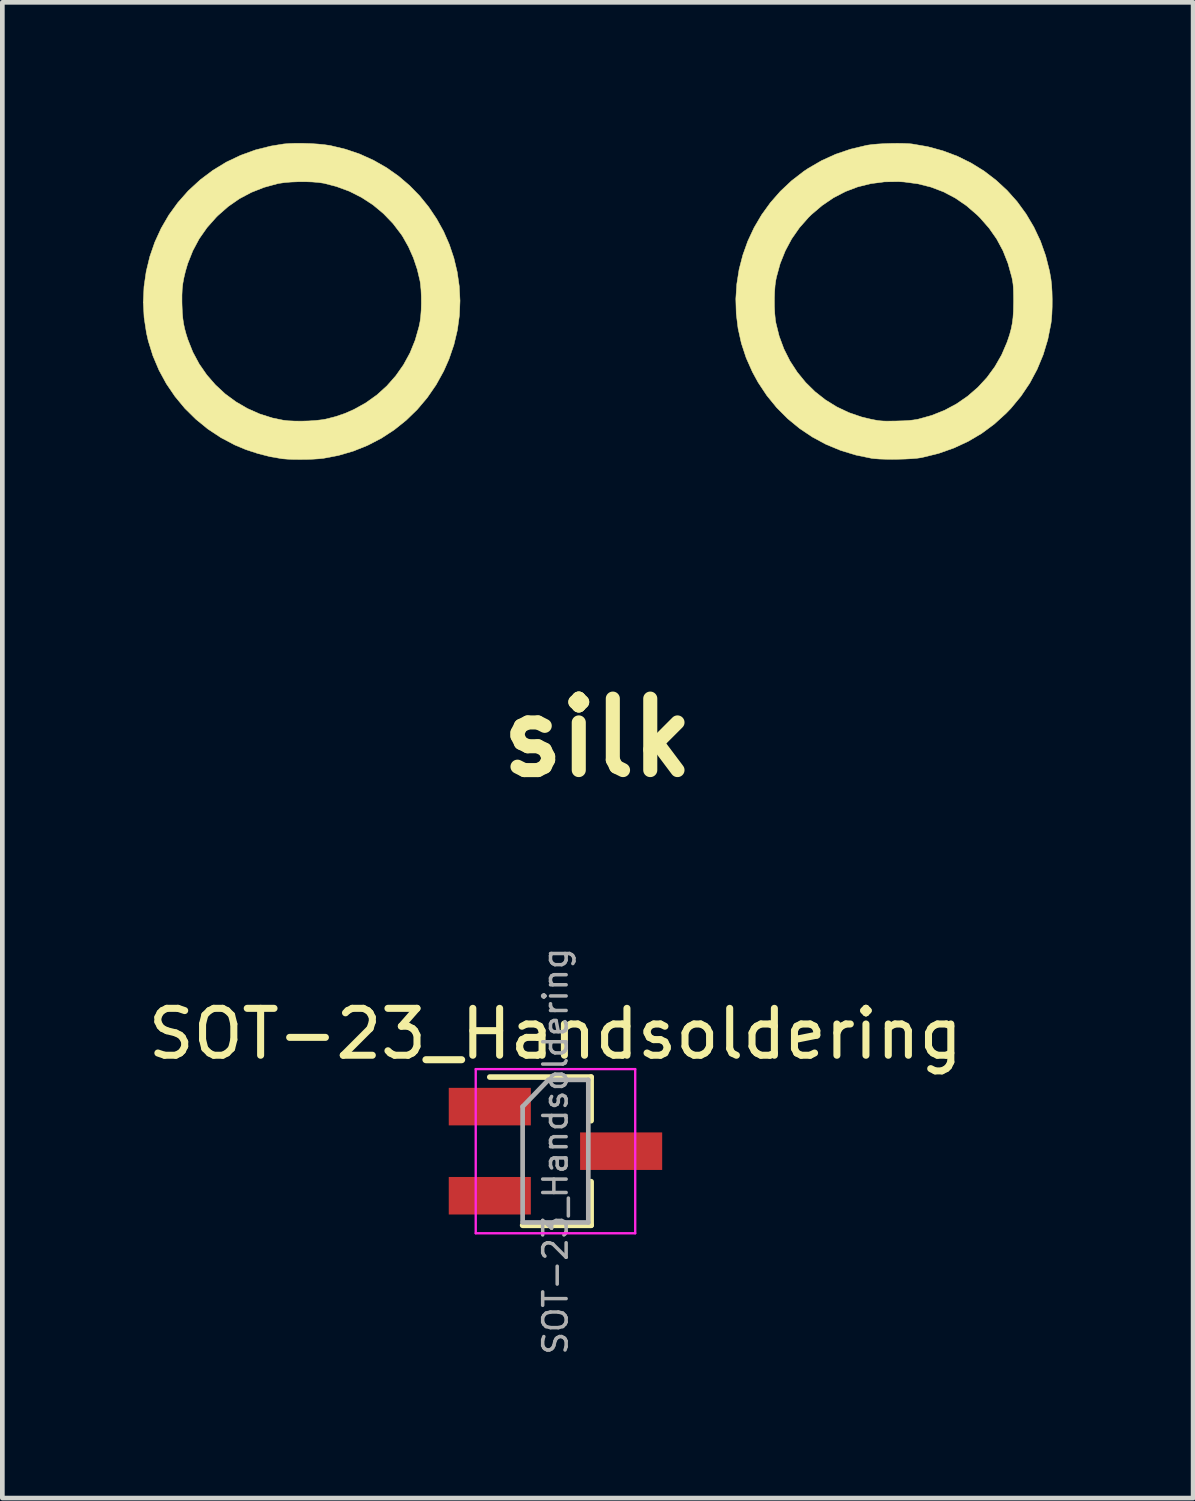
<source format=kicad_pcb>
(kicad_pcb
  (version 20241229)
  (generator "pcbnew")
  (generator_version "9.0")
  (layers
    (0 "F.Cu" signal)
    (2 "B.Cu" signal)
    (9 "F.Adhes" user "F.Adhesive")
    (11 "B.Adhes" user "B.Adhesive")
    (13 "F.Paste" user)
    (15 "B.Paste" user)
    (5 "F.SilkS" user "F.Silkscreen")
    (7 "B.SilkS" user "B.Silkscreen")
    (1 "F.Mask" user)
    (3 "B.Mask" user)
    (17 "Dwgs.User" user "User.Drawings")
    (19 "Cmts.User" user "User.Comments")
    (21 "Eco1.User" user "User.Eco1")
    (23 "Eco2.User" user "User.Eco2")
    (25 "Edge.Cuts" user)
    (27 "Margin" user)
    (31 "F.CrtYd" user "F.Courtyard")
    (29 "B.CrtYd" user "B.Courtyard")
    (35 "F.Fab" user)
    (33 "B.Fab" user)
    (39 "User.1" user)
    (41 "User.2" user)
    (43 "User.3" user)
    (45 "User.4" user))
  (footprint "silk"
    (layer "F.Cu")
    (at 9.688 12.678)
    (property "Reference" "silk" (at 0 0 0) (layer "F.SilkS") (effects (font (size 1.524 1.524) (thickness 0.3))))
    (attr through_hole)
    (fp_poly (pts (xy -6.276 -12.672) (xy -6.116 -12.667) (xy -5.961 -12.657) (xy -5.82 -12.643) (xy -5.702 -12.626) (xy -5.701 -12.626) (xy -5.375 -12.548) (xy -5.066 -12.443) (xy -4.773 -12.31) (xy -4.499 -12.154) (xy -4.243 -11.974) (xy -4.007 -11.773) (xy -3.792 -11.553) (xy -3.599 -11.315) (xy -3.429 -11.062) (xy -3.281 -10.795) (xy -3.159 -10.516) (xy -3.062 -10.227) (xy -2.991 -9.929) (xy -2.947 -9.625) (xy -2.931 -9.316) (xy -2.944 -9.004) (xy -2.987 -8.691) (xy -3.061 -8.379) (xy -3.167 -8.069) (xy -3.279 -7.816) (xy -3.441 -7.523) (xy -3.63 -7.249) (xy -3.843 -6.997) (xy -4.078 -6.769) (xy -4.334 -6.564) (xy -4.608 -6.385) (xy -4.899 -6.234) (xy -5.205 -6.111) (xy -5.523 -6.018) (xy -5.843 -5.957) (xy -5.943 -5.947) (xy -6.065 -5.939) (xy -6.202 -5.934) (xy -6.343 -5.933) (xy -6.481 -5.934) (xy -6.605 -5.939) (xy -6.707 -5.947) (xy -6.726 -5.949) (xy -6.981 -5.993) (xy -7.243 -6.06) (xy -7.499 -6.144) (xy -7.733 -6.242) (xy -8.03 -6.399) (xy -8.308 -6.583) (xy -8.564 -6.792) (xy -8.798 -7.023) (xy -9.007 -7.276) (xy -9.192 -7.548) (xy -9.349 -7.837) (xy -9.478 -8.142) (xy -9.577 -8.46) (xy -9.616 -8.632) (xy -9.666 -8.96) (xy -9.683 -9.29) (xy -9.676 -9.436) (xy -8.859 -9.436) (xy -8.859 -9.286) (xy -8.857 -9.213) (xy -8.851 -9.064) (xy -8.84 -8.939) (xy -8.824 -8.827) (xy -8.801 -8.718) (xy -8.769 -8.601) (xy -8.733 -8.489) (xy -8.627 -8.222) (xy -8.492 -7.97) (xy -8.331 -7.737) (xy -8.145 -7.523) (xy -7.938 -7.331) (xy -7.71 -7.163) (xy -7.465 -7.02) (xy -7.204 -6.904) (xy -6.93 -6.817) (xy -6.702 -6.77) (xy -6.59 -6.757) (xy -6.455 -6.751) (xy -6.306 -6.75) (xy -6.153 -6.754) (xy -6.007 -6.764) (xy -5.876 -6.779) (xy -5.793 -6.793) (xy -5.582 -6.847) (xy -5.388 -6.913) (xy -5.194 -6.998) (xy -5.194 -6.998) (xy -4.937 -7.141) (xy -4.702 -7.309) (xy -4.489 -7.502) (xy -4.3 -7.717) (xy -4.135 -7.952) (xy -3.997 -8.205) (xy -3.887 -8.476) (xy -3.806 -8.76) (xy -3.783 -8.871) (xy -3.769 -8.979) (xy -3.759 -9.112) (xy -3.755 -9.257) (xy -3.756 -9.406) (xy -3.762 -9.547) (xy -3.774 -9.672) (xy -3.783 -9.735) (xy -3.842 -9.984) (xy -3.925 -10.231) (xy -4.03 -10.467) (xy -4.151 -10.682) (xy -4.181 -10.728) (xy -4.36 -10.963) (xy -4.563 -11.174) (xy -4.786 -11.36) (xy -5.03 -11.519) (xy -5.291 -11.651) (xy -5.569 -11.753) (xy -5.837 -11.822) (xy -5.947 -11.838) (xy -6.082 -11.849) (xy -6.231 -11.854) (xy -6.386 -11.853) (xy -6.537 -11.847) (xy -6.676 -11.835) (xy -6.794 -11.818) (xy -6.819 -11.813) (xy -7.11 -11.733) (xy -7.381 -11.626) (xy -7.635 -11.491) (xy -7.872 -11.326) (xy -8.093 -11.132) (xy -8.129 -11.096) (xy -8.325 -10.875) (xy -8.492 -10.636) (xy -8.628 -10.381) (xy -8.736 -10.109) (xy -8.784 -9.946) (xy -8.816 -9.812) (xy -8.839 -9.69) (xy -8.853 -9.568) (xy -8.859 -9.436) (xy -9.676 -9.436) (xy -9.668 -9.617) (xy -9.621 -9.941) (xy -9.544 -10.258) (xy -9.438 -10.565) (xy -9.302 -10.862) (xy -9.138 -11.144) (xy -8.946 -11.409) (xy -8.728 -11.656) (xy -8.722 -11.662) (xy -8.47 -11.894) (xy -8.2 -12.097) (xy -7.913 -12.272) (xy -7.61 -12.416) (xy -7.294 -12.531) (xy -6.964 -12.614) (xy -6.688 -12.659) (xy -6.571 -12.668) (xy -6.431 -12.673) (xy -6.276 -12.672)) (stroke (width 0.01) (type solid)) (fill yes) (layer "F.SilkS"))
    (fp_poly (pts (xy 6.526 -12.67) (xy 6.641 -12.665) (xy 6.705 -12.659) (xy 7.041 -12.601) (xy 7.364 -12.513) (xy 7.673 -12.397) (xy 7.966 -12.252) (xy 8.241 -12.082) (xy 8.497 -11.886) (xy 8.733 -11.668) (xy 8.947 -11.428) (xy 9.137 -11.167) (xy 9.303 -10.887) (xy 9.443 -10.59) (xy 9.554 -10.277) (xy 9.637 -9.949) (xy 9.667 -9.777) (xy 9.681 -9.654) (xy 9.69 -9.508) (xy 9.694 -9.349) (xy 9.693 -9.187) (xy 9.687 -9.032) (xy 9.676 -8.895) (xy 9.667 -8.828) (xy 9.6 -8.49) (xy 9.502 -8.166) (xy 9.373 -7.855) (xy 9.216 -7.561) (xy 9.029 -7.283) (xy 8.815 -7.024) (xy 8.709 -6.914) (xy 8.459 -6.687) (xy 8.19 -6.488) (xy 7.902 -6.318) (xy 7.596 -6.176) (xy 7.273 -6.062) (xy 6.932 -5.978) (xy 6.893 -5.97) (xy 6.808 -5.958) (xy 6.696 -5.949) (xy 6.566 -5.942) (xy 6.425 -5.938) (xy 6.281 -5.936) (xy 6.141 -5.938) (xy 6.014 -5.942) (xy 5.907 -5.95) (xy 5.846 -5.957) (xy 5.507 -6.027) (xy 5.182 -6.126) (xy 4.873 -6.254) (xy 4.581 -6.411) (xy 4.307 -6.595) (xy 4.053 -6.804) (xy 3.82 -7.038) (xy 3.609 -7.297) (xy 3.423 -7.578) (xy 3.303 -7.798) (xy 3.169 -8.1) (xy 3.067 -8.41) (xy 2.997 -8.725) (xy 2.958 -9.041) (xy 2.949 -9.351) (xy 3.771 -9.351) (xy 3.772 -9.195) (xy 3.779 -9.046) (xy 3.792 -8.913) (xy 3.803 -8.845) (xy 3.874 -8.559) (xy 3.975 -8.287) (xy 4.104 -8.031) (xy 4.259 -7.793) (xy 4.437 -7.575) (xy 4.638 -7.377) (xy 4.86 -7.203) (xy 5.101 -7.054) (xy 5.358 -6.932) (xy 5.631 -6.838) (xy 5.837 -6.789) (xy 5.914 -6.774) (xy 5.977 -6.763) (xy 6.035 -6.756) (xy 6.094 -6.752) (xy 6.164 -6.75) (xy 6.25 -6.751) (xy 6.361 -6.752) (xy 6.388 -6.753) (xy 6.528 -6.757) (xy 6.642 -6.764) (xy 6.738 -6.775) (xy 6.824 -6.789) (xy 6.842 -6.793) (xy 7.129 -6.873) (xy 7.401 -6.982) (xy 7.656 -7.119) (xy 7.892 -7.282) (xy 8.108 -7.469) (xy 8.302 -7.679) (xy 8.471 -7.91) (xy 8.615 -8.161) (xy 8.731 -8.431) (xy 8.74 -8.457) (xy 8.785 -8.591) (xy 8.818 -8.713) (xy 8.842 -8.831) (xy 8.858 -8.955) (xy 8.867 -9.093) (xy 8.87 -9.253) (xy 8.871 -9.303) (xy 8.87 -9.428) (xy 8.868 -9.526) (xy 8.865 -9.605) (xy 8.859 -9.672) (xy 8.85 -9.733) (xy 8.838 -9.797) (xy 8.831 -9.826) (xy 8.751 -10.114) (xy 8.645 -10.382) (xy 8.511 -10.632) (xy 8.347 -10.866) (xy 8.154 -11.086) (xy 8.089 -11.15) (xy 7.864 -11.344) (xy 7.626 -11.507) (xy 7.374 -11.639) (xy 7.108 -11.74) (xy 6.828 -11.81) (xy 6.535 -11.849) (xy 6.414 -11.856) (xy 6.115 -11.851) (xy 5.826 -11.813) (xy 5.548 -11.744) (xy 5.282 -11.643) (xy 5.028 -11.51) (xy 4.787 -11.346) (xy 4.559 -11.152) (xy 4.498 -11.092) (xy 4.306 -10.874) (xy 4.14 -10.636) (xy 4.003 -10.38) (xy 3.894 -10.108) (xy 3.816 -9.823) (xy 3.803 -9.76) (xy 3.786 -9.644) (xy 3.776 -9.504) (xy 3.771 -9.351) (xy 2.949 -9.351) (xy 2.949 -9.359) (xy 2.97 -9.674) (xy 3.019 -9.985) (xy 3.098 -10.29) (xy 3.204 -10.587) (xy 3.338 -10.874) (xy 3.499 -11.148) (xy 3.686 -11.407) (xy 3.898 -11.649) (xy 4.136 -11.873) (xy 4.397 -12.075) (xy 4.49 -12.137) (xy 4.776 -12.303) (xy 5.077 -12.44) (xy 5.395 -12.548) (xy 5.731 -12.628) (xy 5.756 -12.633) (xy 5.85 -12.646) (xy 5.969 -12.657) (xy 6.105 -12.665) (xy 6.249 -12.67) (xy 6.392 -12.672) (xy 6.526 -12.67)) (stroke (width 0.01) (type solid)) (fill yes) (layer "F.SilkS")))
  (footprint "SOT-23_Handsoldering"
    (layer "F.Cu")
    (at 8.792 21.492)
    (property "Reference" "SOT-23_Handsoldering" (at 0 -2.5 0) (layer "F.SilkS") (effects (font (size 1 1) (thickness 0.15))))
    (attr smd)
    (fp_line (start 0.76 -1.58) (end -1.4 -1.58) (stroke (width 0.12) (type solid)) (layer "F.SilkS"))
    (fp_line (start 0.76 -1.58) (end 0.76 -0.65) (stroke (width 0.12) (type solid)) (layer "F.SilkS"))
    (fp_line (start 0.76 1.58) (end -0.7 1.58) (stroke (width 0.12) (type solid)) (layer "F.SilkS"))
    (fp_line (start 0.76 1.58) (end 0.76 0.65) (stroke (width 0.12) (type solid)) (layer "F.SilkS"))
    (fp_line (start -1.7 -1.75) (end 1.7 -1.75) (stroke (width 0.05) (type solid)) (layer "F.CrtYd"))
    (fp_line (start -1.7 1.75) (end -1.7 -1.75) (stroke (width 0.05) (type solid)) (layer "F.CrtYd"))
    (fp_line (start 1.7 -1.75) (end 1.7 1.75) (stroke (width 0.05) (type solid)) (layer "F.CrtYd"))
    (fp_line (start 1.7 1.75) (end -1.7 1.75) (stroke (width 0.05) (type solid)) (layer "F.CrtYd"))
    (fp_line (start -0.7 -0.95) (end -0.7 1.5) (stroke (width 0.1) (type solid)) (layer "F.Fab"))
    (fp_line (start -0.7 -0.95) (end -0.15 -1.52) (stroke (width 0.1) (type solid)) (layer "F.Fab"))
    (fp_line (start -0.7 1.52) (end 0.7 1.52) (stroke (width 0.1) (type solid)) (layer "F.Fab"))
    (fp_line (start -0.15 -1.52) (end 0.7 -1.52) (stroke (width 0.1) (type solid)) (layer "F.Fab"))
    (fp_line (start 0.7 -1.52) (end 0.7 1.52) (stroke (width 0.1) (type solid)) (layer "F.Fab"))
    (fp_text user "${REFERENCE}" (at 0 0 90) (layer "F.Fab") (effects (font (size 0.5 0.5) (thickness 0.075))))
    (pad "1" smd rect (at -1.4 -0.95) (size 1.75 0.8) (layers "F.Cu" "F.Mask" "F.Paste"))
    (pad "2" smd rect (at -1.4 0.95) (size 1.75 0.8) (layers "F.Cu" "F.Mask" "F.Paste"))
    (pad "3" smd rect (at 1.4 0) (size 1.75 0.8) (layers "F.Cu" "F.Mask" "F.Paste")))
  (gr_rect
    (start -3 -3)
    (end 22.386 28.887)
    (stroke (width 0.1) (type default))
    (fill no)
    (layer "Edge.Cuts")))
</source>
